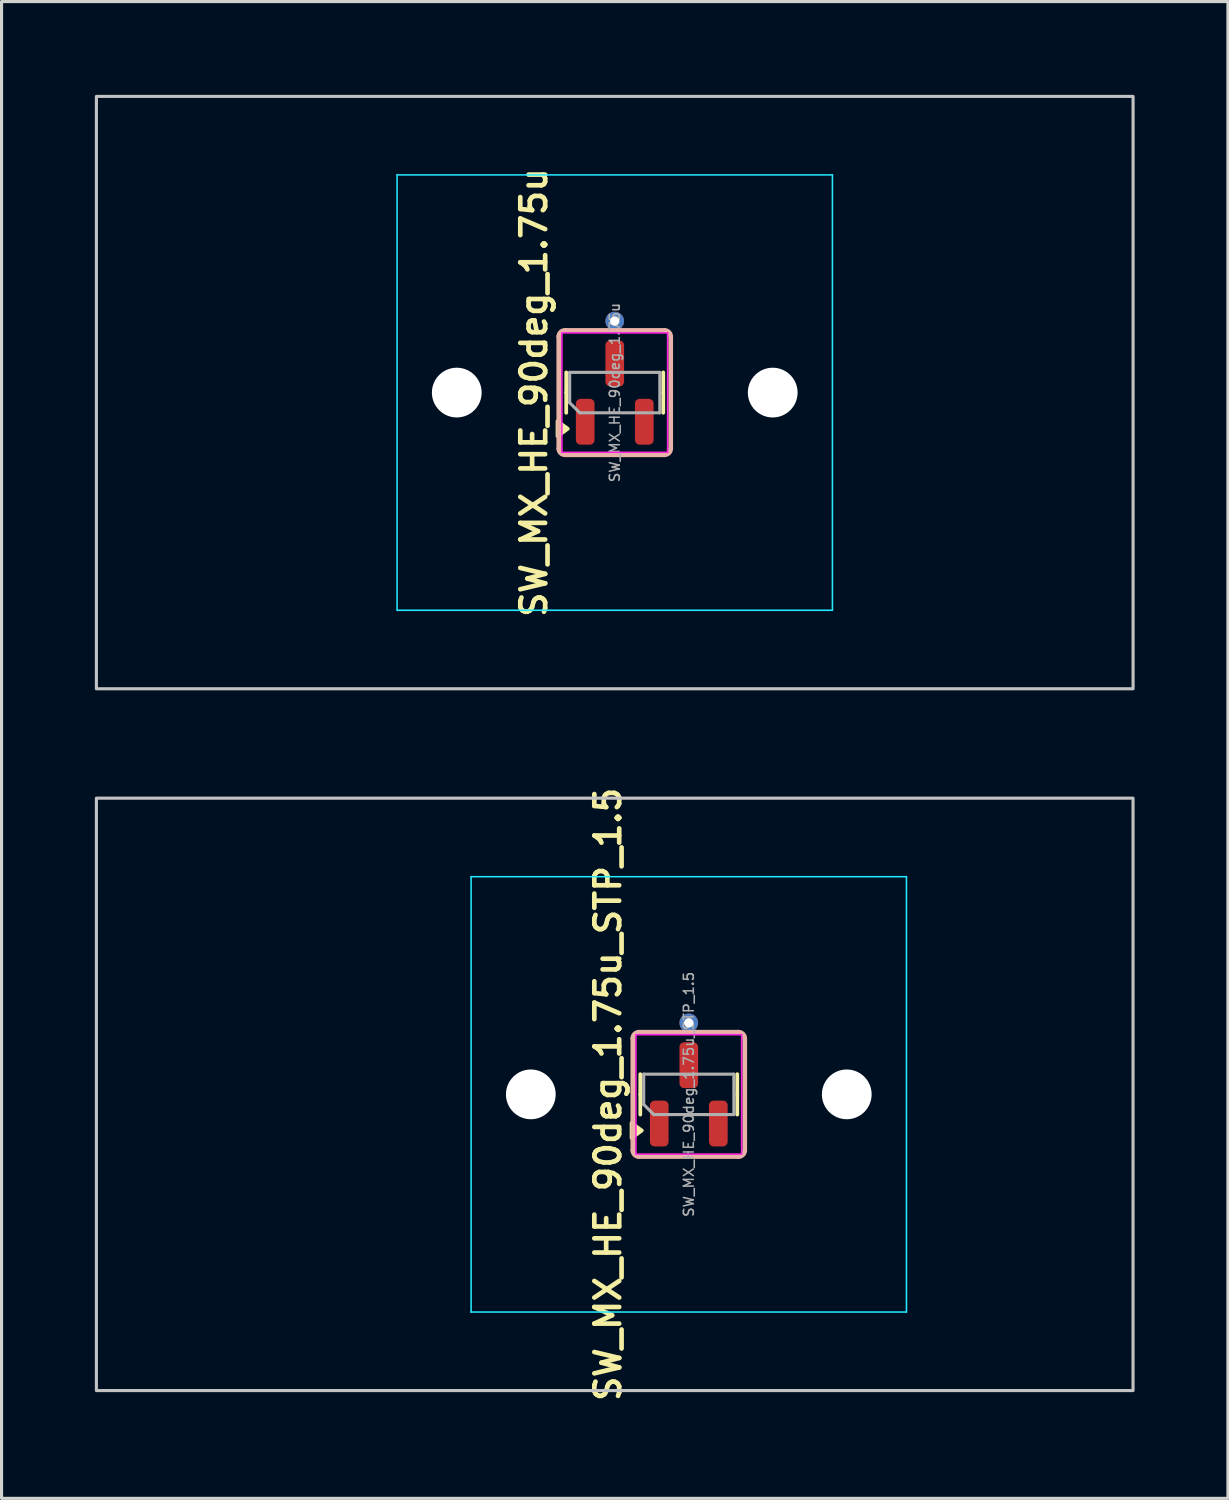
<source format=kicad_pcb>
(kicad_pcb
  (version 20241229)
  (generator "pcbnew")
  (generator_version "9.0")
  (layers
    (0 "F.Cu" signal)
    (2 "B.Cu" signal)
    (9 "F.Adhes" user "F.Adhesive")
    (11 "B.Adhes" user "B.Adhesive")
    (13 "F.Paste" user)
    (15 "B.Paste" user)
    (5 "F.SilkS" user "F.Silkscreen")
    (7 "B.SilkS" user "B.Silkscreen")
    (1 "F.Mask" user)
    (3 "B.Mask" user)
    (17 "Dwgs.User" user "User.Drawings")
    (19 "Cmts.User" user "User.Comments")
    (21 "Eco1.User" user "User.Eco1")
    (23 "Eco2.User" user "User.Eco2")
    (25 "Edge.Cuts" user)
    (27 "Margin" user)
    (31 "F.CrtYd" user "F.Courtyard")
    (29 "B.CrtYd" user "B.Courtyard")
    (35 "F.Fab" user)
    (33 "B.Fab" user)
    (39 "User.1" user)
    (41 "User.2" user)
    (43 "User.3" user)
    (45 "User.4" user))
  (footprint "SW_MX_HE_90deg_1.75u"
    (layer "F.Cu")
    (at 16.719 9.575)
    (property "Reference" "SW_MX_HE_90deg_1.75u" (at -2.6 0 90) (layer "F.SilkS") (effects (font (size 0.8 0.8) (thickness 0.15))))
    (attr smd)
    (fp_line (start -1.56 0) (end -1.56 -0.65) (stroke (width 0.12) (type solid)) (layer "F.SilkS"))
    (fp_line (start -1.56 0) (end -1.56 0.65) (stroke (width 0.12) (type solid)) (layer "F.SilkS"))
    (fp_line (start 1.56 0) (end 1.56 -0.65) (stroke (width 0.12) (type solid)) (layer "F.SilkS"))
    (fp_line (start 1.56 0) (end 1.56 0.65) (stroke (width 0.12) (type solid)) (layer "F.SilkS"))
    (fp_poly (pts (xy -1.51 1.163) (xy -1.84 1.403) (xy -1.84 0.922) (xy -1.51 1.163)) (stroke (width 0.12) (type solid)) (fill yes) (layer "F.SilkS"))
    (fp_line (start -1.8 -1.8) (end -1.8 1.8) (stroke (width 0.15) (type default)) (layer "B.SilkS"))
    (fp_line (start -1.6 2) (end 1.6 2) (stroke (width 0.15) (type default)) (layer "B.SilkS"))
    (fp_line (start 1.6 -2) (end -1.6 -2) (stroke (width 0.15) (type default)) (layer "B.SilkS"))
    (fp_line (start 1.8 1.8) (end 1.8 -1.8) (stroke (width 0.15) (type default)) (layer "B.SilkS"))
    (fp_arc (start -1.8 -1.8) (mid -1.741421 -1.941421) (end -1.6 -2) (stroke (width 0.15) (type default)) (layer "B.SilkS"))
    (fp_arc (start -1.6 2) (mid -1.741421 1.941421) (end -1.8 1.8) (stroke (width 0.15) (type default)) (layer "B.SilkS"))
    (fp_arc (start 1.6 -2) (mid 1.741421 -1.941421) (end 1.8 -1.8) (stroke (width 0.15) (type default)) (layer "B.SilkS"))
    (fp_arc (start 1.8 1.8) (mid 1.741421 1.941421) (end 1.6 2) (stroke (width 0.15) (type default)) (layer "B.SilkS"))
    (fp_rect (start -16.669 -9.525) (end 16.669 9.525) (stroke (width 0.1) (type default)) (fill no) (layer "Dwgs.User"))
    (fp_line (start -7 6.5) (end -7 -6.5) (stroke (width 0.05) (type solid)) (layer "Eco2.User"))
    (fp_line (start -6.5 -7) (end 6.5 -7) (stroke (width 0.05) (type solid)) (layer "Eco2.User"))
    (fp_line (start 6.5 7) (end -6.5 7) (stroke (width 0.05) (type solid)) (layer "Eco2.User"))
    (fp_line (start 7 -6.5) (end 7 6.5) (stroke (width 0.05) (type solid)) (layer "Eco2.User"))
    (fp_arc (start -7 -6.5) (mid -6.853553 -6.853553) (end -6.5 -7) (stroke (width 0.05) (type solid)) (layer "Eco2.User"))
    (fp_arc (start -6.5 7) (mid -6.853553 6.853553) (end -7 6.5) (stroke (width 0.05) (type solid)) (layer "Eco2.User"))
    (fp_arc (start 6.5 -7) (mid 6.853553 -6.853553) (end 7 -6.5) (stroke (width 0.05) (type solid)) (layer "Eco2.User"))
    (fp_arc (start 6.997236 6.498884) (mid 6.850789 6.852437) (end 6.497236 6.998884) (stroke (width 0.05) (type solid)) (layer "Eco2.User"))
    (fp_line (start -7 -7) (end -7 7) (stroke (width 0.05) (type solid)) (layer "B.CrtYd"))
    (fp_line (start -7 7) (end 7 7) (stroke (width 0.05) (type solid)) (layer "B.CrtYd"))
    (fp_line (start 7 -7) (end -7 -7) (stroke (width 0.05) (type solid)) (layer "B.CrtYd"))
    (fp_line (start 7 7) (end 7 -7) (stroke (width 0.05) (type solid)) (layer "B.CrtYd"))
    (fp_line (start -1.7 -1.92) (end -1.7 1.92) (stroke (width 0.05) (type solid)) (layer "F.CrtYd"))
    (fp_line (start -1.7 1.92) (end 1.7 1.92) (stroke (width 0.05) (type solid)) (layer "F.CrtYd"))
    (fp_line (start 1.7 -1.92) (end -1.7 -1.92) (stroke (width 0.05) (type solid)) (layer "F.CrtYd"))
    (fp_line (start 1.7 1.92) (end 1.7 -1.92) (stroke (width 0.05) (type solid)) (layer "F.CrtYd"))
    (fp_line (start -1.45 -0.65) (end 1.45 -0.65) (stroke (width 0.1) (type solid)) (layer "F.Fab"))
    (fp_line (start -1.45 0.325) (end -1.45 -0.65) (stroke (width 0.1) (type solid)) (layer "F.Fab"))
    (fp_line (start -1.125 0.65) (end -1.45 0.325) (stroke (width 0.1) (type solid)) (layer "F.Fab"))
    (fp_line (start 1.45 -0.65) (end 1.45 0.65) (stroke (width 0.1) (type solid)) (layer "F.Fab"))
    (fp_line (start 1.45 0.65) (end -1.125 0.65) (stroke (width 0.1) (type solid)) (layer "F.Fab"))
    (fp_text user "${REFERENCE}" (at 0 0 90) (layer "F.Fab") (effects (font (size 0.32 0.32) (thickness 0.05))))
    (pad "" np_thru_hole circle (at -5.08 0) (size 1.6 1.6) (drill 1.7) (layers "*.Cu" "*.Mask"))
    (pad "" np_thru_hole circle (at 5.08 0) (size 1.6 1.6) (drill 1.7) (layers "*.Cu" "*.Mask"))
    (pad "1" smd roundrect (at -0.95 0.938 90) (size 1.475 0.6) (layers "F.Cu" "F.Mask" "F.Paste") (roundrect_rratio 0.25))
    (pad "2" smd roundrect (at 0.95 0.938 90) (size 1.475 0.6) (layers "F.Cu" "F.Mask" "F.Paste") (roundrect_rratio 0.25))
    (pad "3" thru_hole circle (at 0 -2.3 90) (size 0.6 0.6) (drill 0.3) (layers "*.Cu"))
    (pad "3" smd roundrect (at 0 -0.938 90) (size 1.475 0.6) (layers "F.Cu" "F.Mask" "F.Paste") (roundrect_rratio 0.25))
    (zone (net_name "") (layer "F.Cu") (name "HE keepout_bot") (hatch edge 0.5) (connect_pads) (min_thickness 0.25) (filled_areas_thickness no) (keepout (tracks allowed) (vias allowed) (pads allowed) (copperpour not_allowed) (footprints allowed)) (placement (enabled no)) (fill) (polygon (pts (arc (start 15.11875 7.575) (mid 14.977329 7.633579) (end 14.91875 7.775)) (arc (start 14.91875 11.375) (mid 14.977329 11.516421) (end 15.11875 11.575)) (arc (start 18.31875 11.575) (mid 18.460171 11.516421) (end 18.51875 11.375)) (arc (start 18.51875 7.775) (mid 18.460171 7.633579) (end 18.31875 7.575)) (arc (start 17.21875 7.575) (mid 17.077329 7.633579) (end 17.01875 7.775)) (arc (start 17.01875 9.175) (mid 16.960171 9.316421) (end 16.81875 9.375)) (arc (start 16.61875 9.375) (mid 16.477329 9.316421) (end 16.41875 9.175)) (arc (start 16.41875 7.775) (mid 16.360171 7.633579) (end 16.21875 7.575)))))
    (zone (net_name "") (layer "In1.Cu") (name "HE keepout_top") (hatch edge 0.5) (connect_pads) (min_thickness 0.25) (filled_areas_thickness no) (keepout (tracks allowed) (vias allowed) (pads allowed) (copperpour not_allowed) (footprints allowed)) (placement (enabled no)) (fill) (polygon (pts (arc (start 15.11875 7.575) (mid 14.977329 7.633579) (end 14.91875 7.775)) (arc (start 14.91875 11.375) (mid 14.977329 11.516421) (end 15.11875 11.575)) (arc (start 18.31875 11.575) (mid 18.460171 11.516421) (end 18.51875 11.375)) (arc (start 18.51875 7.775) (mid 18.460171 7.633579) (end 18.31875 7.575))))))
  (footprint "SW_MX_HE_90deg_1.75u_STP_1.5"
    (layer "F.Cu")
    (at 19.1 32.143)
    (property "Reference" "SW_MX_HE_90deg_1.75u_STP_1.5" (at -2.6 0 90) (layer "F.SilkS") (effects (font (size 0.8 0.8) (thickness 0.15))))
    (attr smd)
    (fp_line (start -1.56 0) (end -1.56 -0.65) (stroke (width 0.12) (type solid)) (layer "F.SilkS"))
    (fp_line (start -1.56 0) (end -1.56 0.65) (stroke (width 0.12) (type solid)) (layer "F.SilkS"))
    (fp_line (start 1.56 0) (end 1.56 -0.65) (stroke (width 0.12) (type solid)) (layer "F.SilkS"))
    (fp_line (start 1.56 0) (end 1.56 0.65) (stroke (width 0.12) (type solid)) (layer "F.SilkS"))
    (fp_poly (pts (xy -1.51 1.163) (xy -1.84 1.403) (xy -1.84 0.922) (xy -1.51 1.163)) (stroke (width 0.12) (type solid)) (fill yes) (layer "F.SilkS"))
    (fp_line (start -1.8 -1.8) (end -1.8 1.8) (stroke (width 0.15) (type default)) (layer "B.SilkS"))
    (fp_line (start -1.6 2) (end 1.6 2) (stroke (width 0.15) (type default)) (layer "B.SilkS"))
    (fp_line (start 1.6 -2) (end -1.6 -2) (stroke (width 0.15) (type default)) (layer "B.SilkS"))
    (fp_line (start 1.8 1.8) (end 1.8 -1.8) (stroke (width 0.15) (type default)) (layer "B.SilkS"))
    (fp_arc (start -1.8 -1.8) (mid -1.741421 -1.941421) (end -1.6 -2) (stroke (width 0.15) (type default)) (layer "B.SilkS"))
    (fp_arc (start -1.6 2) (mid -1.741421 1.941421) (end -1.8 1.8) (stroke (width 0.15) (type default)) (layer "B.SilkS"))
    (fp_arc (start 1.6 -2) (mid 1.741421 -1.941421) (end 1.8 -1.8) (stroke (width 0.15) (type default)) (layer "B.SilkS"))
    (fp_arc (start 1.8 1.8) (mid 1.741421 1.941421) (end 1.6 2) (stroke (width 0.15) (type default)) (layer "B.SilkS"))
    (fp_rect (start -19.05 -9.525) (end 14.287 9.525) (stroke (width 0.1) (type default)) (fill no) (layer "Dwgs.User"))
    (fp_line (start -7 6.5) (end -7 -6.5) (stroke (width 0.05) (type solid)) (layer "Eco2.User"))
    (fp_line (start -6.5 -7) (end 6.5 -7) (stroke (width 0.05) (type solid)) (layer "Eco2.User"))
    (fp_line (start 6.5 7) (end -6.5 7) (stroke (width 0.05) (type solid)) (layer "Eco2.User"))
    (fp_line (start 7 -6.5) (end 7 6.5) (stroke (width 0.05) (type solid)) (layer "Eco2.User"))
    (fp_arc (start -7 -6.5) (mid -6.853553 -6.853553) (end -6.5 -7) (stroke (width 0.05) (type solid)) (layer "Eco2.User"))
    (fp_arc (start -6.5 7) (mid -6.853553 6.853553) (end -7 6.5) (stroke (width 0.05) (type solid)) (layer "Eco2.User"))
    (fp_arc (start 6.5 -7) (mid 6.853553 -6.853553) (end 7 -6.5) (stroke (width 0.05) (type solid)) (layer "Eco2.User"))
    (fp_arc (start 6.997236 6.498884) (mid 6.850789 6.852437) (end 6.497236 6.998884) (stroke (width 0.05) (type solid)) (layer "Eco2.User"))
    (fp_line (start -7 -7) (end -7 7) (stroke (width 0.05) (type solid)) (layer "B.CrtYd"))
    (fp_line (start -7 7) (end 7 7) (stroke (width 0.05) (type solid)) (layer "B.CrtYd"))
    (fp_line (start 7 -7) (end -7 -7) (stroke (width 0.05) (type solid)) (layer "B.CrtYd"))
    (fp_line (start 7 7) (end 7 -7) (stroke (width 0.05) (type solid)) (layer "B.CrtYd"))
    (fp_line (start -1.7 -1.92) (end -1.7 1.92) (stroke (width 0.05) (type solid)) (layer "F.CrtYd"))
    (fp_line (start -1.7 1.92) (end 1.7 1.92) (stroke (width 0.05) (type solid)) (layer "F.CrtYd"))
    (fp_line (start 1.7 -1.92) (end -1.7 -1.92) (stroke (width 0.05) (type solid)) (layer "F.CrtYd"))
    (fp_line (start 1.7 1.92) (end 1.7 -1.92) (stroke (width 0.05) (type solid)) (layer "F.CrtYd"))
    (fp_line (start -1.45 -0.65) (end 1.45 -0.65) (stroke (width 0.1) (type solid)) (layer "F.Fab"))
    (fp_line (start -1.45 0.325) (end -1.45 -0.65) (stroke (width 0.1) (type solid)) (layer "F.Fab"))
    (fp_line (start -1.125 0.65) (end -1.45 0.325) (stroke (width 0.1) (type solid)) (layer "F.Fab"))
    (fp_line (start 1.45 -0.65) (end 1.45 0.65) (stroke (width 0.1) (type solid)) (layer "F.Fab"))
    (fp_line (start 1.45 0.65) (end -1.125 0.65) (stroke (width 0.1) (type solid)) (layer "F.Fab"))
    (fp_text user "${REFERENCE}" (at 0 0 90) (layer "F.Fab") (effects (font (size 0.32 0.32) (thickness 0.05))))
    (pad "" np_thru_hole circle (at -5.08 0) (size 1.6 1.6) (drill 1.7) (layers "*.Cu" "*.Mask"))
    (pad "" np_thru_hole circle (at 5.08 0) (size 1.6 1.6) (drill 1.7) (layers "*.Cu" "*.Mask"))
    (pad "1" smd roundrect (at -0.95 0.938 90) (size 1.475 0.6) (layers "F.Cu" "F.Mask" "F.Paste") (roundrect_rratio 0.25))
    (pad "2" smd roundrect (at 0.95 0.938 90) (size 1.475 0.6) (layers "F.Cu" "F.Mask" "F.Paste") (roundrect_rratio 0.25))
    (pad "3" thru_hole circle (at 0 -2.3 90) (size 0.6 0.6) (drill 0.3) (layers "*.Cu"))
    (pad "3" smd roundrect (at 0 -0.938 90) (size 1.475 0.6) (layers "F.Cu" "F.Mask" "F.Paste") (roundrect_rratio 0.25))
    (zone (net_name "") (layer "F.Cu") (name "HE keepout_bot") (hatch edge 0.5) (connect_pads) (min_thickness 0.25) (filled_areas_thickness no) (keepout (tracks allowed) (vias allowed) (pads allowed) (copperpour not_allowed) (footprints allowed)) (placement (enabled no)) (fill) (polygon (pts (arc (start 17.5 30.142622) (mid 17.358579 30.201201) (end 17.3 30.342622)) (arc (start 17.3 33.942622) (mid 17.358579 34.084043) (end 17.5 34.142622)) (arc (start 20.7 34.142622) (mid 20.841421 34.084043) (end 20.9 33.942622)) (arc (start 20.9 30.342622) (mid 20.841421 30.201201) (end 20.7 30.142622)) (arc (start 19.6 30.142622) (mid 19.458579 30.201201) (end 19.4 30.342622)) (arc (start 19.4 31.742622) (mid 19.341421 31.884043) (end 19.2 31.942622)) (arc (start 19 31.942622) (mid 18.858579 31.884043) (end 18.8 31.742622)) (arc (start 18.8 30.342622) (mid 18.741421 30.201201) (end 18.6 30.142622)))))
    (zone (net_name "") (layer "In1.Cu") (name "HE keepout_top") (hatch edge 0.5) (connect_pads) (min_thickness 0.25) (filled_areas_thickness no) (keepout (tracks allowed) (vias allowed) (pads allowed) (copperpour not_allowed) (footprints allowed)) (placement (enabled no)) (fill) (polygon (pts (arc (start 17.5 30.142622) (mid 17.358579 30.201201) (end 17.3 30.342622)) (arc (start 17.3 33.942622) (mid 17.358579 34.084043) (end 17.5 34.142622)) (arc (start 20.7 34.142622) (mid 20.841421 34.084043) (end 20.9 33.942622)) (arc (start 20.9 30.342622) (mid 20.841421 30.201201) (end 20.7 30.142622))))))
  (gr_rect
    (start -3 -3)
    (end 36.438 45.135)
    (stroke (width 0.1) (type default))
    (fill no)
    (layer "Edge.Cuts")))
</source>
